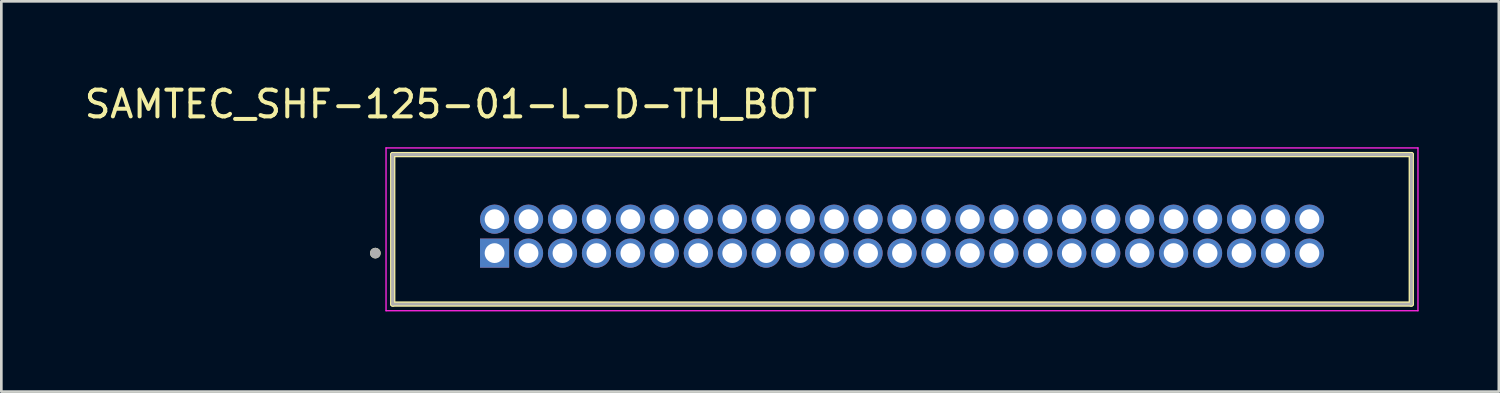
<source format=kicad_pcb>
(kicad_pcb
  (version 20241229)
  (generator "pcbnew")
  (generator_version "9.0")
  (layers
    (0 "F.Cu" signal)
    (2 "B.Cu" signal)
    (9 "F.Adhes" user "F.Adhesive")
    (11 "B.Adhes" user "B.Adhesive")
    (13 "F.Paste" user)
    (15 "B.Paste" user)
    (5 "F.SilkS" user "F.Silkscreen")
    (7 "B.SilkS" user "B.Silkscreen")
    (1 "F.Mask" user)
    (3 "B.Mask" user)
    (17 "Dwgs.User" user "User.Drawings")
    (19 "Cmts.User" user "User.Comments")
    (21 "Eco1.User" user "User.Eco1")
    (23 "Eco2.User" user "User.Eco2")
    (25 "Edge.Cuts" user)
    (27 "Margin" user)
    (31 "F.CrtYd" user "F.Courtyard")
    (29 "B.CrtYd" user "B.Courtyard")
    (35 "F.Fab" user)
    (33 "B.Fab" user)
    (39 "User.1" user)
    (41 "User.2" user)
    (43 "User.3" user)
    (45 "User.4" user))
  (footprint "SAMTEC_SHF-125-01-L-D-TH_BOT"
    (layer "F.Cu")
    (at 30.69 5.783)
    (property "Reference" "SAMTEC_SHF-125-01-L-D-TH_BOT" (at -16.875 -4.935 0) (layer "F.SilkS") (effects (font (size 1 1) (thickness 0.15))))
    (attr through_hole)
    (fp_line (start -19.05 2.54) (end -19.05 -3.05) (stroke (width 0.2) (type solid)) (layer "F.SilkS"))
    (fp_line (start 19.05 -3.05) (end -19.05 -3.05) (stroke (width 0.2) (type solid)) (layer "F.SilkS"))
    (fp_line (start 19.05 -3.05) (end 19.05 2.54) (stroke (width 0.2) (type solid)) (layer "F.SilkS"))
    (fp_line (start 19.05 2.54) (end -19.05 2.54) (stroke (width 0.2) (type solid)) (layer "F.SilkS"))
    (fp_circle (center -19.7 0.635) (end -19.6 0.635) (stroke (width 0.2) (type solid)) (fill no) (layer "F.SilkS"))
    (fp_line (start -19.3 -3.3) (end 19.3 -3.3) (stroke (width 0.05) (type solid)) (layer "F.CrtYd"))
    (fp_line (start -19.3 2.79) (end -19.3 -3.3) (stroke (width 0.05) (type solid)) (layer "F.CrtYd"))
    (fp_line (start 19.3 -3.3) (end 19.3 2.79) (stroke (width 0.05) (type solid)) (layer "F.CrtYd"))
    (fp_line (start 19.3 2.79) (end -19.3 2.79) (stroke (width 0.05) (type solid)) (layer "F.CrtYd"))
    (fp_line (start -19.05 -3.05) (end 19.05 -3.05) (stroke (width 0.1) (type solid)) (layer "F.Fab"))
    (fp_line (start -19.05 -3.05) (end 19.05 -3.05) (stroke (width 0.1) (type solid)) (layer "F.Fab"))
    (fp_line (start -19.05 2.54) (end -19.05 -3.05) (stroke (width 0.1) (type solid)) (layer "F.Fab"))
    (fp_line (start -19.05 2.54) (end -19.05 -3.05) (stroke (width 0.1) (type solid)) (layer "F.Fab"))
    (fp_line (start 19.05 -3.05) (end 19.05 2.54) (stroke (width 0.1) (type solid)) (layer "F.Fab"))
    (fp_line (start 19.05 -3.05) (end 19.05 2.54) (stroke (width 0.1) (type solid)) (layer "F.Fab"))
    (fp_line (start 19.05 2.54) (end -19.05 2.54) (stroke (width 0.1) (type solid)) (layer "F.Fab"))
    (fp_circle (center -19.7 0.635) (end -19.6 0.635) (stroke (width 0.2) (type solid)) (fill no) (layer "F.Fab"))
    (pad "1" thru_hole rect (at -15.24 0.635) (size 1.09 1.09) (drill 0.74) (layers "*.Cu" "*.Mask"))
    (pad "2" thru_hole circle (at -15.24 -0.635) (size 1.09 1.09) (drill 0.74) (layers "*.Cu" "*.Mask"))
    (pad "3" thru_hole circle (at -13.97 0.635) (size 1.09 1.09) (drill 0.74) (layers "*.Cu" "*.Mask"))
    (pad "4" thru_hole circle (at -13.97 -0.635) (size 1.09 1.09) (drill 0.74) (layers "*.Cu" "*.Mask"))
    (pad "5" thru_hole circle (at -12.7 0.635) (size 1.09 1.09) (drill 0.74) (layers "*.Cu" "*.Mask"))
    (pad "6" thru_hole circle (at -12.7 -0.635) (size 1.09 1.09) (drill 0.74) (layers "*.Cu" "*.Mask"))
    (pad "7" thru_hole circle (at -11.43 0.635) (size 1.09 1.09) (drill 0.74) (layers "*.Cu" "*.Mask"))
    (pad "8" thru_hole circle (at -11.43 -0.635) (size 1.09 1.09) (drill 0.74) (layers "*.Cu" "*.Mask"))
    (pad "9" thru_hole circle (at -10.16 0.635) (size 1.09 1.09) (drill 0.74) (layers "*.Cu" "*.Mask"))
    (pad "10" thru_hole circle (at -10.16 -0.635) (size 1.09 1.09) (drill 0.74) (layers "*.Cu" "*.Mask"))
    (pad "11" thru_hole circle (at -8.89 0.635) (size 1.09 1.09) (drill 0.74) (layers "*.Cu" "*.Mask"))
    (pad "12" thru_hole circle (at -8.89 -0.635) (size 1.09 1.09) (drill 0.74) (layers "*.Cu" "*.Mask"))
    (pad "13" thru_hole circle (at -7.62 0.635) (size 1.09 1.09) (drill 0.74) (layers "*.Cu" "*.Mask"))
    (pad "14" thru_hole circle (at -7.62 -0.635) (size 1.09 1.09) (drill 0.74) (layers "*.Cu" "*.Mask"))
    (pad "15" thru_hole circle (at -6.35 0.635) (size 1.09 1.09) (drill 0.74) (layers "*.Cu" "*.Mask"))
    (pad "16" thru_hole circle (at -6.35 -0.635) (size 1.09 1.09) (drill 0.74) (layers "*.Cu" "*.Mask"))
    (pad "17" thru_hole circle (at -5.08 0.635) (size 1.09 1.09) (drill 0.74) (layers "*.Cu" "*.Mask"))
    (pad "18" thru_hole circle (at -5.08 -0.635) (size 1.09 1.09) (drill 0.74) (layers "*.Cu" "*.Mask"))
    (pad "19" thru_hole circle (at -3.81 0.635) (size 1.09 1.09) (drill 0.74) (layers "*.Cu" "*.Mask"))
    (pad "20" thru_hole circle (at -3.81 -0.635) (size 1.09 1.09) (drill 0.74) (layers "*.Cu" "*.Mask"))
    (pad "21" thru_hole circle (at -2.54 0.635) (size 1.09 1.09) (drill 0.74) (layers "*.Cu" "*.Mask"))
    (pad "22" thru_hole circle (at -2.54 -0.635) (size 1.09 1.09) (drill 0.74) (layers "*.Cu" "*.Mask"))
    (pad "23" thru_hole circle (at -1.27 0.635) (size 1.09 1.09) (drill 0.74) (layers "*.Cu" "*.Mask"))
    (pad "24" thru_hole circle (at -1.27 -0.635) (size 1.09 1.09) (drill 0.74) (layers "*.Cu" "*.Mask"))
    (pad "25" thru_hole circle (at 0 0.635) (size 1.09 1.09) (drill 0.74) (layers "*.Cu" "*.Mask"))
    (pad "26" thru_hole circle (at 0 -0.635) (size 1.09 1.09) (drill 0.74) (layers "*.Cu" "*.Mask"))
    (pad "27" thru_hole circle (at 1.27 0.635) (size 1.09 1.09) (drill 0.74) (layers "*.Cu" "*.Mask"))
    (pad "28" thru_hole circle (at 1.27 -0.635) (size 1.09 1.09) (drill 0.74) (layers "*.Cu" "*.Mask"))
    (pad "29" thru_hole circle (at 2.54 0.635) (size 1.09 1.09) (drill 0.74) (layers "*.Cu" "*.Mask"))
    (pad "30" thru_hole circle (at 2.54 -0.635) (size 1.09 1.09) (drill 0.74) (layers "*.Cu" "*.Mask"))
    (pad "31" thru_hole circle (at 3.81 0.635) (size 1.09 1.09) (drill 0.74) (layers "*.Cu" "*.Mask"))
    (pad "32" thru_hole circle (at 3.81 -0.635) (size 1.09 1.09) (drill 0.74) (layers "*.Cu" "*.Mask"))
    (pad "33" thru_hole circle (at 5.08 0.635) (size 1.09 1.09) (drill 0.74) (layers "*.Cu" "*.Mask"))
    (pad "34" thru_hole circle (at 5.08 -0.635) (size 1.09 1.09) (drill 0.74) (layers "*.Cu" "*.Mask"))
    (pad "35" thru_hole circle (at 6.35 0.635) (size 1.09 1.09) (drill 0.74) (layers "*.Cu" "*.Mask"))
    (pad "36" thru_hole circle (at 6.35 -0.635) (size 1.09 1.09) (drill 0.74) (layers "*.Cu" "*.Mask"))
    (pad "37" thru_hole circle (at 7.62 0.635) (size 1.09 1.09) (drill 0.74) (layers "*.Cu" "*.Mask"))
    (pad "38" thru_hole circle (at 7.62 -0.635) (size 1.09 1.09) (drill 0.74) (layers "*.Cu" "*.Mask"))
    (pad "39" thru_hole circle (at 8.89 0.635) (size 1.09 1.09) (drill 0.74) (layers "*.Cu" "*.Mask"))
    (pad "40" thru_hole circle (at 8.89 -0.635) (size 1.09 1.09) (drill 0.74) (layers "*.Cu" "*.Mask"))
    (pad "41" thru_hole circle (at 10.16 0.635) (size 1.09 1.09) (drill 0.74) (layers "*.Cu" "*.Mask"))
    (pad "42" thru_hole circle (at 10.16 -0.635) (size 1.09 1.09) (drill 0.74) (layers "*.Cu" "*.Mask"))
    (pad "43" thru_hole circle (at 11.43 0.635) (size 1.09 1.09) (drill 0.74) (layers "*.Cu" "*.Mask"))
    (pad "44" thru_hole circle (at 11.43 -0.635) (size 1.09 1.09) (drill 0.74) (layers "*.Cu" "*.Mask"))
    (pad "45" thru_hole circle (at 12.7 0.635) (size 1.09 1.09) (drill 0.74) (layers "*.Cu" "*.Mask"))
    (pad "46" thru_hole circle (at 12.7 -0.635) (size 1.09 1.09) (drill 0.74) (layers "*.Cu" "*.Mask"))
    (pad "47" thru_hole circle (at 13.97 0.635) (size 1.09 1.09) (drill 0.74) (layers "*.Cu" "*.Mask"))
    (pad "48" thru_hole circle (at 13.97 -0.635) (size 1.09 1.09) (drill 0.74) (layers "*.Cu" "*.Mask"))
    (pad "49" thru_hole circle (at 15.24 0.635) (size 1.09 1.09) (drill 0.74) (layers "*.Cu" "*.Mask"))
    (pad "50" thru_hole circle (at 15.24 -0.635) (size 1.09 1.09) (drill 0.74) (layers "*.Cu" "*.Mask")))
  (gr_rect
    (start -3 -3)
    (end 53.015 11.598)
    (stroke (width 0.1) (type default))
    (fill no)
    (layer "Edge.Cuts")))
</source>
